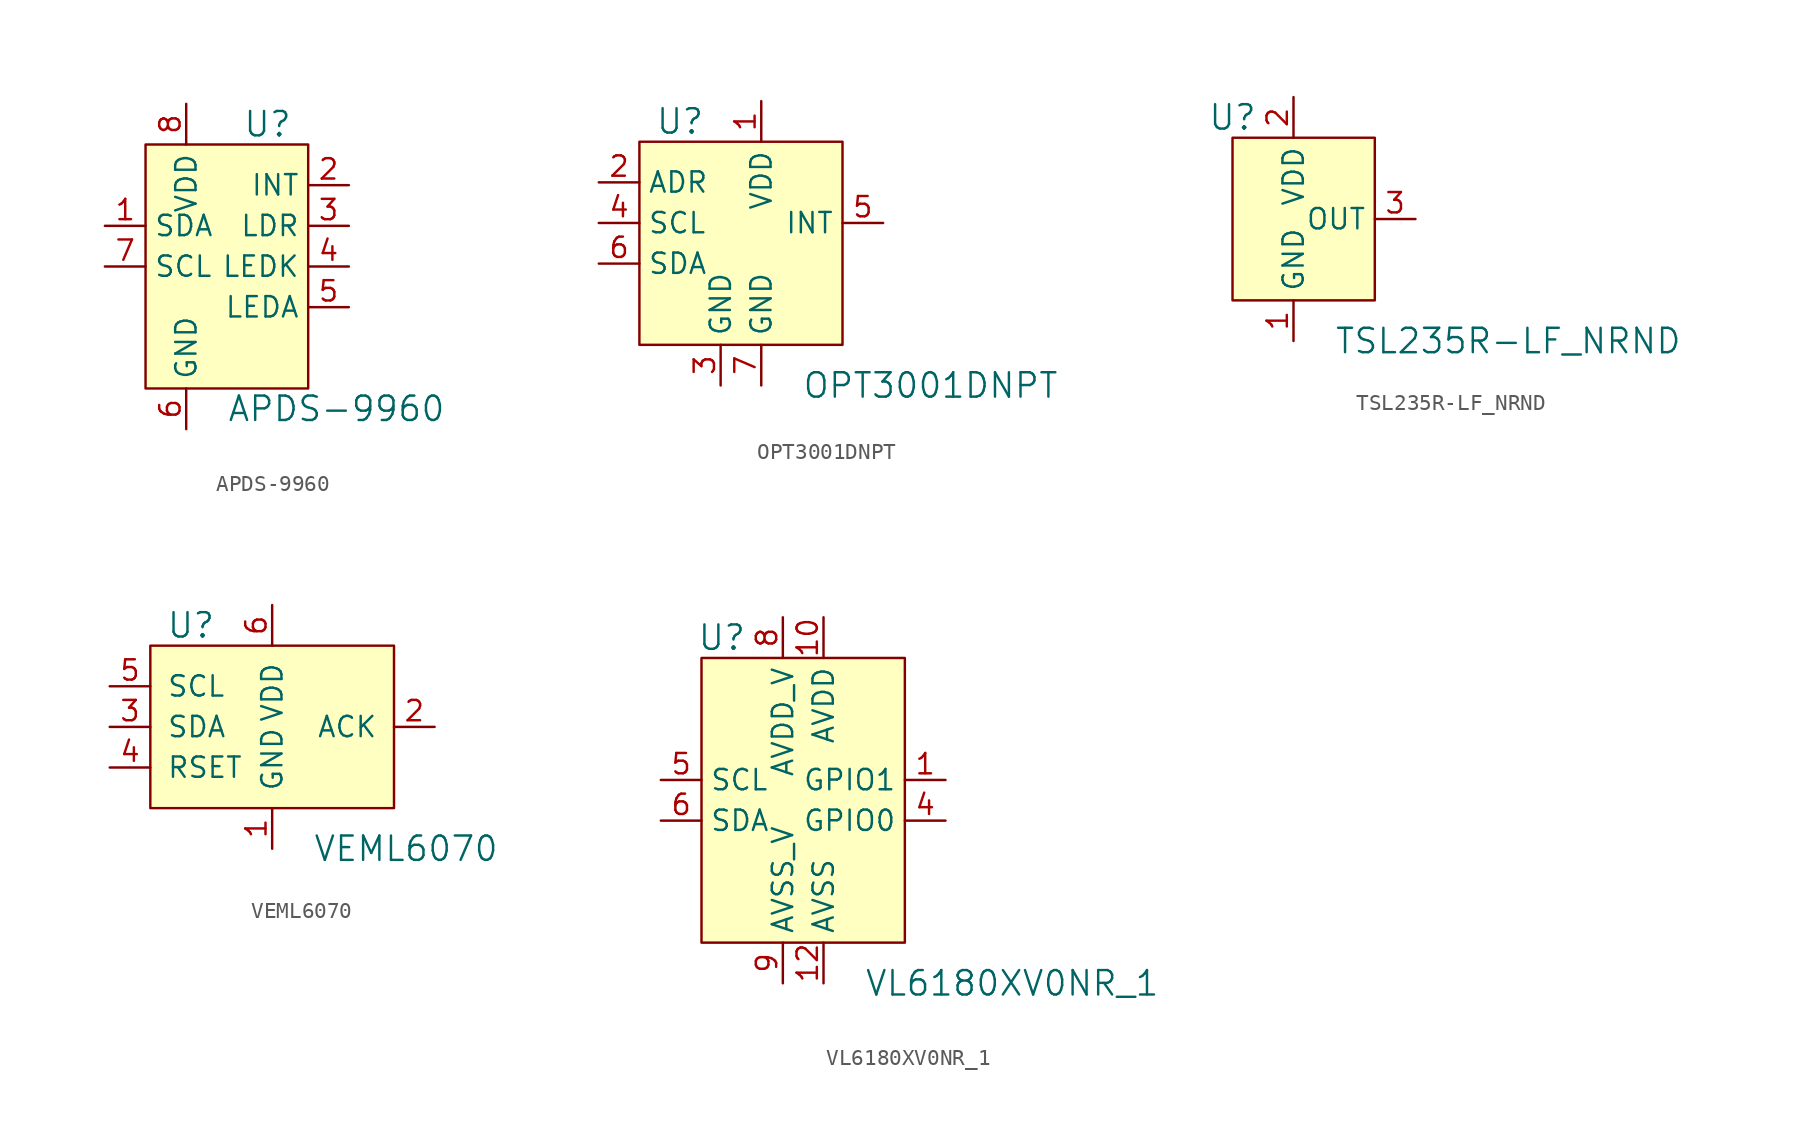
<source format=kicad_sym>
(kicad_symbol_lib
  (version 20211014)
  (generator kicad_symbol_editor)
  (symbol "APDS-9960"
    (property "Reference" "U"
      (at 2.54 8.89 0)
      (effects (font (size 1.524 1.524))))
    (property "Value" "APDS-9960"
      (at 0 -8.89 0)
      (effects (font (size 1.524 1.524)) (justify left)))
    (symbol "APDS-9960_0_1"
      (rectangle (start -5.08 7.62) (end 5.08 -7.62) (stroke (width 0) (type default) (color 0 0 0 0)) (fill (type background))))
    (symbol "APDS-9960_1_1"
      (pin bidirectional line (at -7.62 2.54 0) (length 2.54) (name "SDA" (effects (font (size 1.27 1.27)))) (number "1" (effects (font (size 1.27 1.27)))))
      (pin output line (at 7.62 5.08 180) (length 2.54) (name "INT" (effects (font (size 1.27 1.27)))) (number "2" (effects (font (size 1.27 1.27)))))
      (pin output line (at 7.62 2.54 180) (length 2.54) (name "LDR" (effects (font (size 1.27 1.27)))) (number "3" (effects (font (size 1.27 1.27)))))
      (pin passive line (at 7.62 0 180) (length 2.54) (name "LEDK" (effects (font (size 1.27 1.27)))) (number "4" (effects (font (size 1.27 1.27)))))
      (pin passive line (at 7.62 -2.54 180) (length 2.54) (name "LEDA" (effects (font (size 1.27 1.27)))) (number "5" (effects (font (size 1.27 1.27)))))
      (pin power_in line (at -2.54 -10.16 90) (length 2.54) (name "GND" (effects (font (size 1.27 1.27)))) (number "6" (effects (font (size 1.27 1.27)))))
      (pin input line (at -7.62 0 0) (length 2.54) (name "SCL" (effects (font (size 1.27 1.27)))) (number "7" (effects (font (size 1.27 1.27)))))
      (pin power_in line (at -2.54 10.16 270) (length 2.54) (name "VDD" (effects (font (size 1.27 1.27)))) (number "8" (effects (font (size 1.27 1.27)))))))
  (symbol "OPT3001DNPT"
    (property "Reference" "U"
      (at -5.08 8.89 0)
      (effects (font (size 1.524 1.524))))
    (property "Value" "OPT3001DNPT"
      (at 2.54 -7.62 0)
      (effects (font (size 1.524 1.524)) (justify left)))
    (symbol "OPT3001DNPT_0_1"
      (rectangle (start -7.62 7.62) (end 5.08 -5.08) (stroke (width 0) (type default) (color 0 0 0 0)) (fill (type background))))
    (symbol "OPT3001DNPT_1_1"
      (pin power_in line (at 0 10.16 270) (length 2.54) (name "VDD" (effects (font (size 1.27 1.27)))) (number "1" (effects (font (size 1.27 1.27)))))
      (pin input line (at -10.16 5.08 0) (length 2.54) (name "ADR" (effects (font (size 1.27 1.27)))) (number "2" (effects (font (size 1.27 1.27)))))
      (pin power_in line (at -2.54 -7.62 90) (length 2.54) (name "GND" (effects (font (size 1.27 1.27)))) (number "3" (effects (font (size 1.27 1.27)))))
      (pin input line (at -10.16 2.54 0) (length 2.54) (name "SCL" (effects (font (size 1.27 1.27)))) (number "4" (effects (font (size 1.27 1.27)))))
      (pin output line (at 7.62 2.54 180) (length 2.54) (name "INT" (effects (font (size 1.27 1.27)))) (number "5" (effects (font (size 1.27 1.27)))))
      (pin bidirectional line (at -10.16 0 0) (length 2.54) (name "SDA" (effects (font (size 1.27 1.27)))) (number "6" (effects (font (size 1.27 1.27)))))
      (pin power_in line (at 0 -7.62 90) (length 2.54) (name "GND" (effects (font (size 1.27 1.27)))) (number "7" (effects (font (size 1.27 1.27)))))))
  (symbol "TSL235R-LF_NRND"
    (property "Reference" "U"
      (at -3.81 6.35 0)
      (effects (font (size 1.524 1.524))))
    (property "Value" "TSL235R-LF_NRND"
      (at 2.54 -7.62 0)
      (effects (font (size 1.524 1.524)) (justify left)))
    (symbol "TSL235R-LF_NRND_1_1"
      (rectangle (start 5.08 5.08) (end -3.81 -5.08) (stroke (width 0) (type default) (color 0 0 0 0)) (fill (type background)))
      (pin power_in line (at 0 -7.62 90) (length 2.54) (name "GND" (effects (font (size 1.27 1.27)))) (number "1" (effects (font (size 1.27 1.27)))))
      (pin power_in line (at 0 7.62 270) (length 2.54) (name "VDD" (effects (font (size 1.27 1.27)))) (number "2" (effects (font (size 1.27 1.27)))))
      (pin output line (at 7.62 0 180) (length 2.54) (name "OUT" (effects (font (size 1.27 1.27)))) (number "3" (effects (font (size 1.27 1.27)))))))
  (symbol "VEML6070"
    (pin_names
      (offset 1.016))
    (property "Reference" "U"
      (at -5.08 6.35 0)
      (effects (font (size 1.524 1.524))))
    (property "Value" "VEML6070"
      (at 2.54 -7.62 0)
      (effects (font (size 1.524 1.524)) (justify left)))
    (symbol "VEML6070_0_1"
      (rectangle (start -7.62 5.08) (end 7.62 -5.08) (stroke (width 0) (type default) (color 0 0 0 0)) (fill (type background))))
    (symbol "VEML6070_1_1"
      (pin power_in line (at 0 -7.62 90) (length 2.54) (name "GND" (effects (font (size 1.27 1.27)))) (number "1" (effects (font (size 1.27 1.27)))))
      (pin output line (at 10.16 0 180) (length 2.54) (name "ACK" (effects (font (size 1.27 1.27)))) (number "2" (effects (font (size 1.27 1.27)))))
      (pin bidirectional line (at -10.16 0 0) (length 2.54) (name "SDA" (effects (font (size 1.27 1.27)))) (number "3" (effects (font (size 1.27 1.27)))))
      (pin input line (at -10.16 -2.54 0) (length 2.54) (name "RSET" (effects (font (size 1.27 1.27)))) (number "4" (effects (font (size 1.27 1.27)))))
      (pin input line (at -10.16 2.54 0) (length 2.54) (name "SCL" (effects (font (size 1.27 1.27)))) (number "5" (effects (font (size 1.27 1.27)))))
      (pin power_in line (at 0 7.62 270) (length 2.54) (name "VDD" (effects (font (size 1.27 1.27)))) (number "6" (effects (font (size 1.27 1.27)))))))
  (symbol "VL6180XV0NR_1"
    (property "Reference" "U"
      (at -6.35 11.43 0)
      (effects (font (size 1.524 1.524))))
    (property "Value" "VL6180XV0NR_1"
      (at 2.54 -10.16 0)
      (effects (font (size 1.524 1.524)) (justify left)))
    (symbol "VL6180XV0NR_1_0_1"
      (rectangle (start -7.62 10.16) (end 5.08 -7.62) (stroke (width 0) (type default) (color 0 0 0 0)) (fill (type background))))
    (symbol "VL6180XV0NR_1_1_1"
      (pin bidirectional line (at 7.62 2.54 180) (length 2.54) (name "GPIO1" (effects (font (size 1.27 1.27)))) (number "1" (effects (font (size 1.27 1.27)))))
      (pin power_in line (at 0 12.7 270) (length 2.54) (name "AVDD" (effects (font (size 1.27 1.27)))) (number "10" (effects (font (size 1.27 1.27)))))
      (pin no_connect line (at 5.08 -2.54 180) (length 2.54) hide (name "NC" (effects (font (size 1.27 1.27)))) (number "11" (effects (font (size 1.27 1.27)))))
      (pin power_in line (at 0 -10.16 90) (length 2.54) (name "AVSS" (effects (font (size 1.27 1.27)))) (number "12" (effects (font (size 1.27 1.27)))))
      (pin no_connect line (at -7.62 -2.54 0) (length 2.54) hide (name "NC" (effects (font (size 1.27 1.27)))) (number "2" (effects (font (size 1.27 1.27)))))
      (pin no_connect line (at -7.62 -5.08 0) (length 2.54) hide (name "NC" (effects (font (size 1.27 1.27)))) (number "3" (effects (font (size 1.27 1.27)))))
      (pin bidirectional line (at 7.62 0 180) (length 2.54) (name "GPIO0" (effects (font (size 1.27 1.27)))) (number "4" (effects (font (size 1.27 1.27)))))
      (pin input line (at -10.16 2.54 0) (length 2.54) (name "SCL" (effects (font (size 1.27 1.27)))) (number "5" (effects (font (size 1.27 1.27)))))
      (pin bidirectional line (at -10.16 0 0) (length 2.54) (name "SDA" (effects (font (size 1.27 1.27)))) (number "6" (effects (font (size 1.27 1.27)))))
      (pin no_connect line (at 5.08 -5.08 180) (length 2.54) hide (name "NC" (effects (font (size 1.27 1.27)))) (number "7" (effects (font (size 1.27 1.27)))))
      (pin power_in line (at -2.54 12.7 270) (length 2.54) (name "AVDD_V" (effects (font (size 1.27 1.27)))) (number "8" (effects (font (size 1.27 1.27)))))
      (pin power_in line (at -2.54 -10.16 90) (length 2.54) (name "AVSS_V" (effects (font (size 1.27 1.27)))) (number "9" (effects (font (size 1.27 1.27))))))))
</source>
